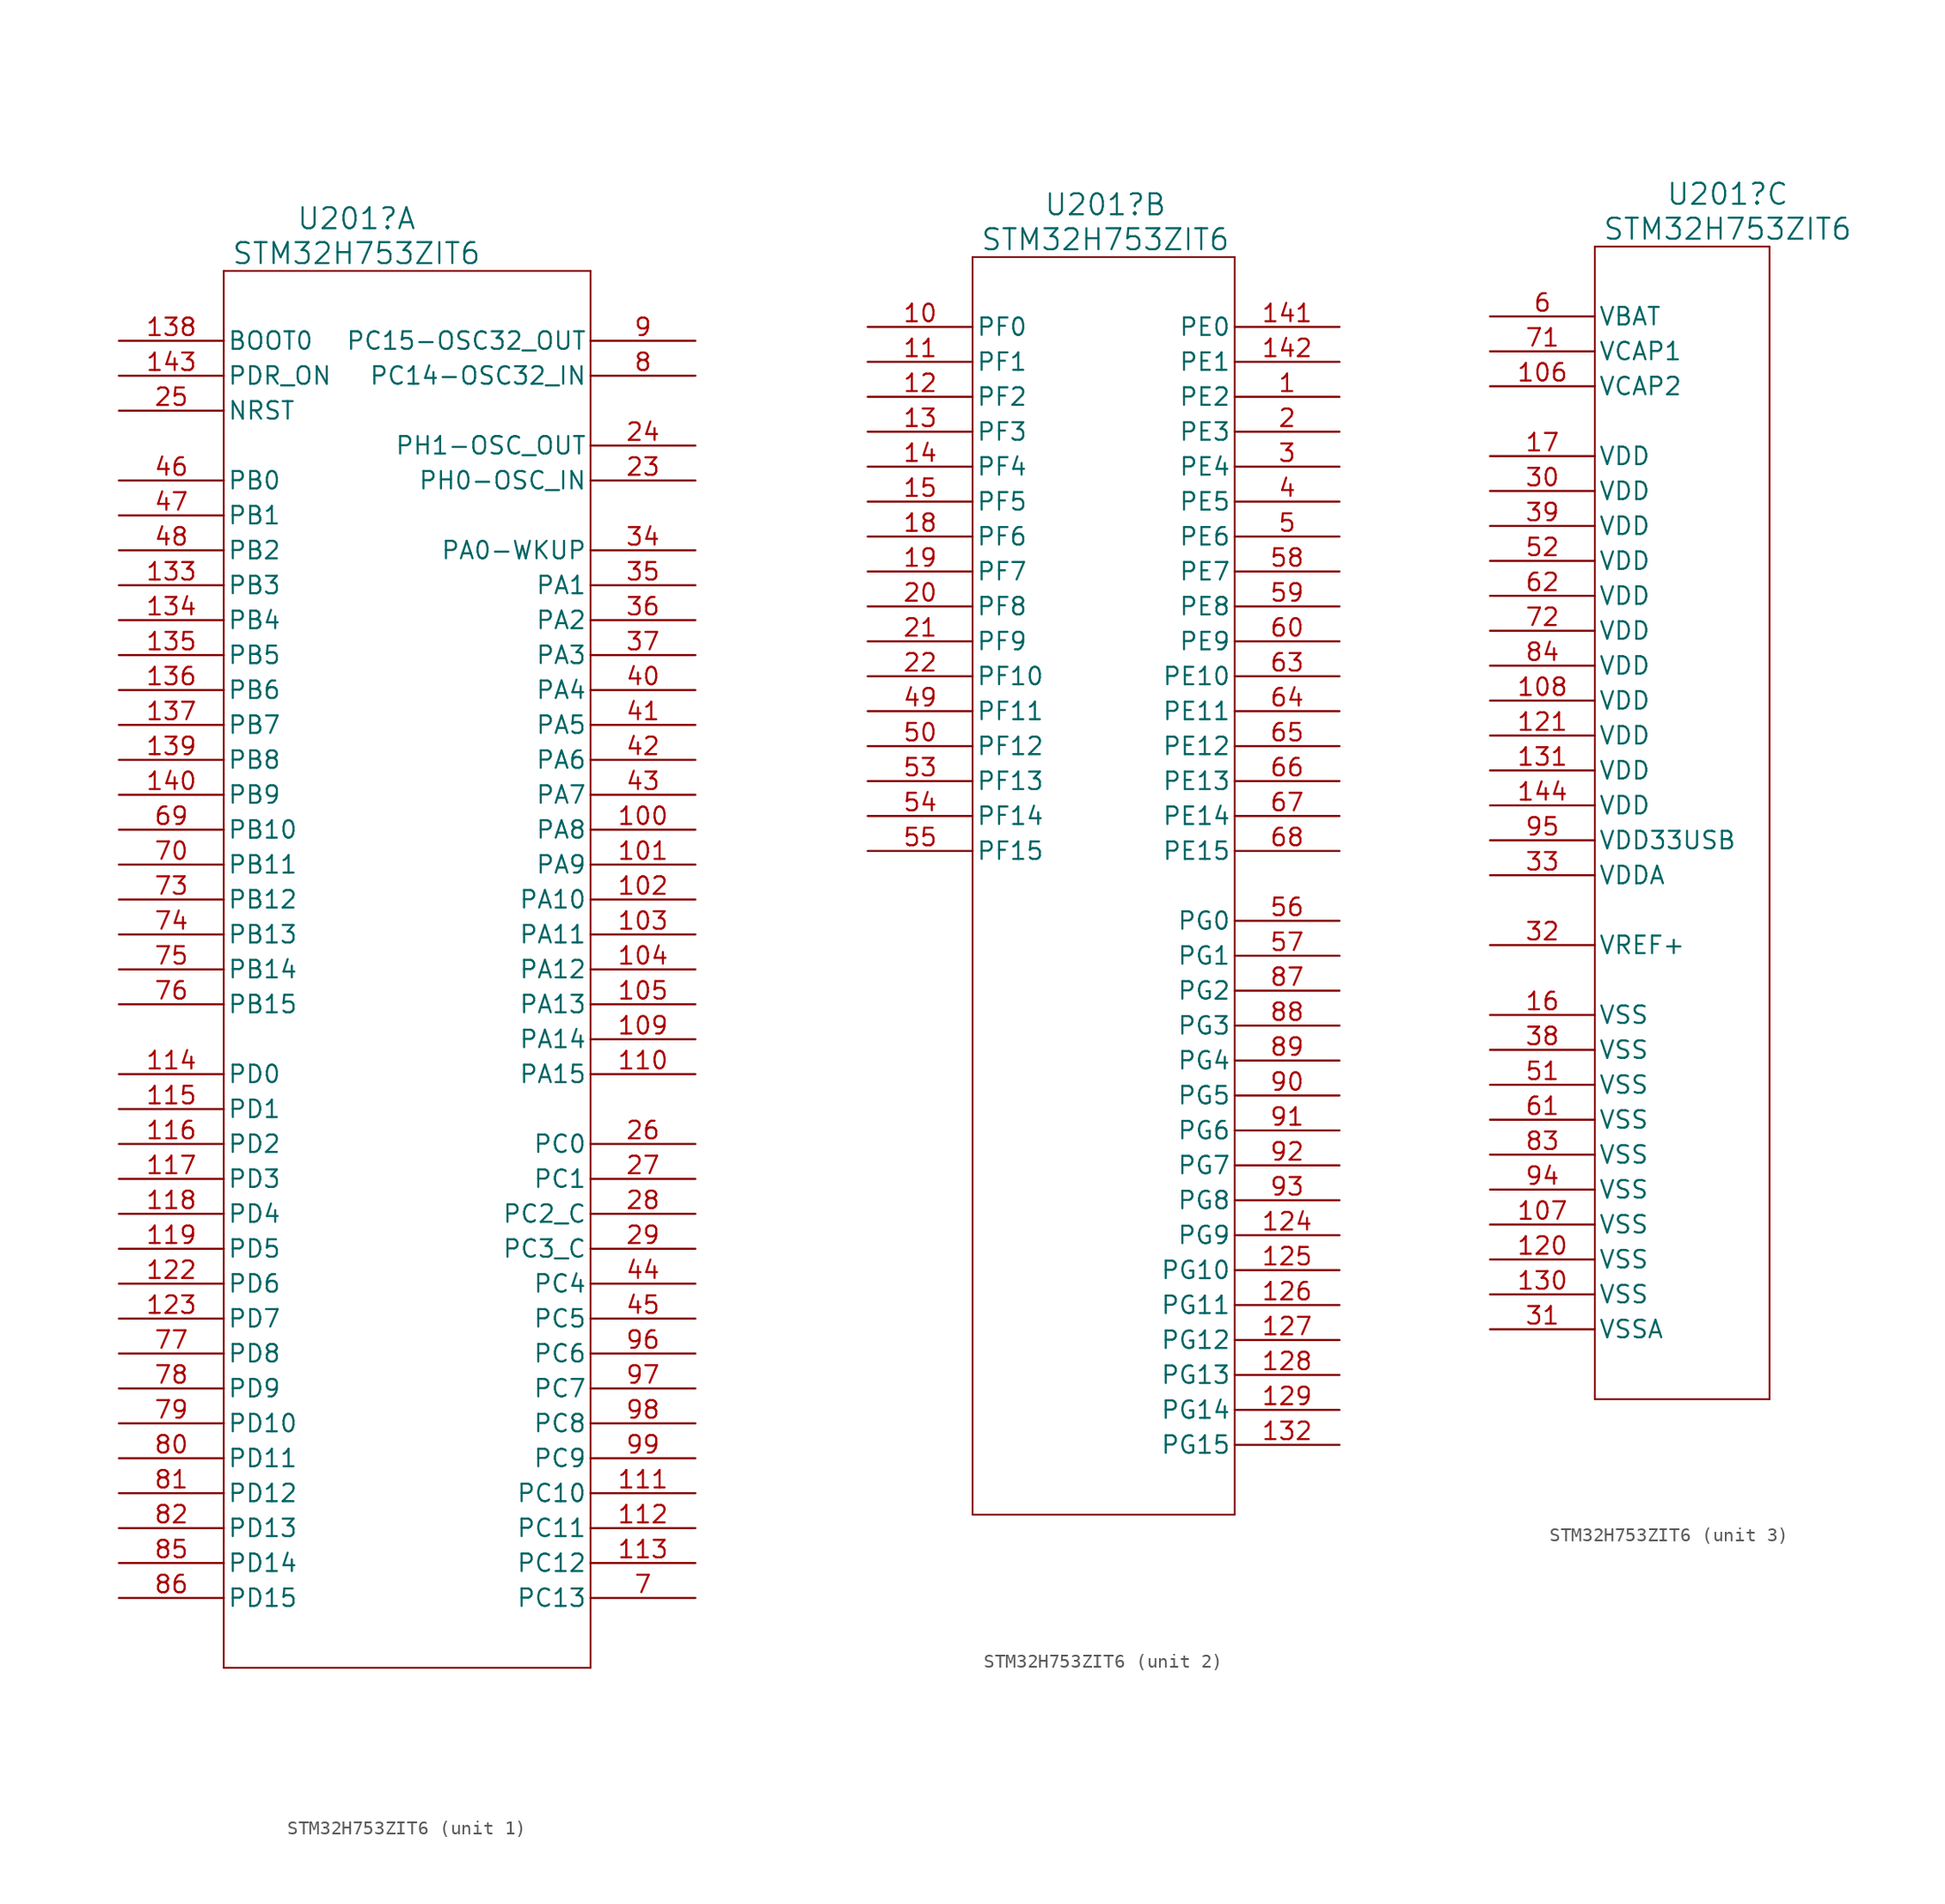
<source format=kicad_sym>
(kicad_symbol_lib
  (version 20241209)
  (generator "kicad_symbol_editor")
  (generator_version "9.0")
  (symbol "STM32H753ZIT6"
    (pin_names
      (offset 0.254))
    (property "Reference" "U201"
      (at 17.272 8.89 0)
      (effects (font (size 1.524 1.524))))
    (property "Value" "STM32H753ZIT6"
      (at 17.272 6.35 0)
      (effects (font (size 1.524 1.524))))
    (property "ki_locked" ""
      (at 0 0 0)
      (effects (font (size 1.27 1.27))))
    (symbol "STM32H753ZIT6_1_1"
      (polyline (pts (xy 7.62 5.08) (xy 7.62 -96.52)) (stroke (width 0.127) (type default)) (fill (type none)))
      (polyline (pts (xy 7.62 -96.52) (xy 34.29 -96.52)) (stroke (width 0.127) (type default)) (fill (type none)))
      (polyline (pts (xy 34.29 5.08) (xy 7.62 5.08)) (stroke (width 0.127) (type default)) (fill (type none)))
      (polyline (pts (xy 34.29 -96.52) (xy 34.29 5.08)) (stroke (width 0.127) (type default)) (fill (type none)))
      (pin input line (at 0 0 0) (length 7.62) (name "BOOT0" (effects (font (size 1.27 1.27)))) (number "138" (effects (font (size 1.27 1.27)))))
      (pin passive line (at 0 -2.54 0) (length 7.62) (name "PDR_ON" (effects (font (size 1.27 1.27)))) (number "143" (effects (font (size 1.27 1.27)))))
      (pin bidirectional line (at 0 -5.08 0) (length 7.62) (name "NRST" (effects (font (size 1.27 1.27)))) (number "25" (effects (font (size 1.27 1.27)))))
      (pin bidirectional line (at 0 -10.16 0) (length 7.62) (name "PB0" (effects (font (size 1.27 1.27)))) (number "46" (effects (font (size 1.27 1.27)))))
      (pin bidirectional line (at 0 -12.7 0) (length 7.62) (name "PB1" (effects (font (size 1.27 1.27)))) (number "47" (effects (font (size 1.27 1.27)))))
      (pin bidirectional line (at 0 -15.24 0) (length 7.62) (name "PB2" (effects (font (size 1.27 1.27)))) (number "48" (effects (font (size 1.27 1.27)))))
      (pin bidirectional line (at 0 -17.78 0) (length 7.62) (name "PB3" (effects (font (size 1.27 1.27)))) (number "133" (effects (font (size 1.27 1.27)))))
      (pin bidirectional line (at 0 -20.32 0) (length 7.62) (name "PB4" (effects (font (size 1.27 1.27)))) (number "134" (effects (font (size 1.27 1.27)))))
      (pin bidirectional line (at 0 -22.86 0) (length 7.62) (name "PB5" (effects (font (size 1.27 1.27)))) (number "135" (effects (font (size 1.27 1.27)))))
      (pin bidirectional line (at 0 -25.4 0) (length 7.62) (name "PB6" (effects (font (size 1.27 1.27)))) (number "136" (effects (font (size 1.27 1.27)))))
      (pin bidirectional line (at 0 -27.94 0) (length 7.62) (name "PB7" (effects (font (size 1.27 1.27)))) (number "137" (effects (font (size 1.27 1.27)))))
      (pin bidirectional line (at 0 -30.48 0) (length 7.62) (name "PB8" (effects (font (size 1.27 1.27)))) (number "139" (effects (font (size 1.27 1.27)))))
      (pin bidirectional line (at 0 -33.02 0) (length 7.62) (name "PB9" (effects (font (size 1.27 1.27)))) (number "140" (effects (font (size 1.27 1.27)))))
      (pin bidirectional line (at 0 -35.56 0) (length 7.62) (name "PB10" (effects (font (size 1.27 1.27)))) (number "69" (effects (font (size 1.27 1.27)))))
      (pin bidirectional line (at 0 -38.1 0) (length 7.62) (name "PB11" (effects (font (size 1.27 1.27)))) (number "70" (effects (font (size 1.27 1.27)))))
      (pin bidirectional line (at 0 -40.64 0) (length 7.62) (name "PB12" (effects (font (size 1.27 1.27)))) (number "73" (effects (font (size 1.27 1.27)))))
      (pin bidirectional line (at 0 -43.18 0) (length 7.62) (name "PB13" (effects (font (size 1.27 1.27)))) (number "74" (effects (font (size 1.27 1.27)))))
      (pin bidirectional line (at 0 -45.72 0) (length 7.62) (name "PB14" (effects (font (size 1.27 1.27)))) (number "75" (effects (font (size 1.27 1.27)))))
      (pin bidirectional line (at 0 -48.26 0) (length 7.62) (name "PB15" (effects (font (size 1.27 1.27)))) (number "76" (effects (font (size 1.27 1.27)))))
      (pin bidirectional line (at 0 -53.34 0) (length 7.62) (name "PD0" (effects (font (size 1.27 1.27)))) (number "114" (effects (font (size 1.27 1.27)))))
      (pin bidirectional line (at 0 -55.88 0) (length 7.62) (name "PD1" (effects (font (size 1.27 1.27)))) (number "115" (effects (font (size 1.27 1.27)))))
      (pin bidirectional line (at 0 -58.42 0) (length 7.62) (name "PD2" (effects (font (size 1.27 1.27)))) (number "116" (effects (font (size 1.27 1.27)))))
      (pin bidirectional line (at 0 -60.96 0) (length 7.62) (name "PD3" (effects (font (size 1.27 1.27)))) (number "117" (effects (font (size 1.27 1.27)))))
      (pin bidirectional line (at 0 -63.5 0) (length 7.62) (name "PD4" (effects (font (size 1.27 1.27)))) (number "118" (effects (font (size 1.27 1.27)))))
      (pin bidirectional line (at 0 -66.04 0) (length 7.62) (name "PD5" (effects (font (size 1.27 1.27)))) (number "119" (effects (font (size 1.27 1.27)))))
      (pin bidirectional line (at 0 -68.58 0) (length 7.62) (name "PD6" (effects (font (size 1.27 1.27)))) (number "122" (effects (font (size 1.27 1.27)))))
      (pin bidirectional line (at 0 -71.12 0) (length 7.62) (name "PD7" (effects (font (size 1.27 1.27)))) (number "123" (effects (font (size 1.27 1.27)))))
      (pin bidirectional line (at 0 -73.66 0) (length 7.62) (name "PD8" (effects (font (size 1.27 1.27)))) (number "77" (effects (font (size 1.27 1.27)))))
      (pin bidirectional line (at 0 -76.2 0) (length 7.62) (name "PD9" (effects (font (size 1.27 1.27)))) (number "78" (effects (font (size 1.27 1.27)))))
      (pin bidirectional line (at 0 -78.74 0) (length 7.62) (name "PD10" (effects (font (size 1.27 1.27)))) (number "79" (effects (font (size 1.27 1.27)))))
      (pin bidirectional line (at 0 -81.28 0) (length 7.62) (name "PD11" (effects (font (size 1.27 1.27)))) (number "80" (effects (font (size 1.27 1.27)))))
      (pin bidirectional line (at 0 -83.82 0) (length 7.62) (name "PD12" (effects (font (size 1.27 1.27)))) (number "81" (effects (font (size 1.27 1.27)))))
      (pin bidirectional line (at 0 -86.36 0) (length 7.62) (name "PD13" (effects (font (size 1.27 1.27)))) (number "82" (effects (font (size 1.27 1.27)))))
      (pin bidirectional line (at 0 -88.9 0) (length 7.62) (name "PD14" (effects (font (size 1.27 1.27)))) (number "85" (effects (font (size 1.27 1.27)))))
      (pin bidirectional line (at 0 -91.44 0) (length 7.62) (name "PD15" (effects (font (size 1.27 1.27)))) (number "86" (effects (font (size 1.27 1.27)))))
      (pin bidirectional line (at 41.91 0 180) (length 7.62) (name "PC15-OSC32_OUT" (effects (font (size 1.27 1.27)))) (number "9" (effects (font (size 1.27 1.27)))))
      (pin input line (at 41.91 -2.54 180) (length 7.62) (name "PC14-OSC32_IN" (effects (font (size 1.27 1.27)))) (number "8" (effects (font (size 1.27 1.27)))))
      (pin bidirectional line (at 41.91 -7.62 180) (length 7.62) (name "PH1-OSC_OUT" (effects (font (size 1.27 1.27)))) (number "24" (effects (font (size 1.27 1.27)))))
      (pin input line (at 41.91 -10.16 180) (length 7.62) (name "PH0-OSC_IN" (effects (font (size 1.27 1.27)))) (number "23" (effects (font (size 1.27 1.27)))))
      (pin bidirectional line (at 41.91 -15.24 180) (length 7.62) (name "PA0-WKUP" (effects (font (size 1.27 1.27)))) (number "34" (effects (font (size 1.27 1.27)))))
      (pin bidirectional line (at 41.91 -17.78 180) (length 7.62) (name "PA1" (effects (font (size 1.27 1.27)))) (number "35" (effects (font (size 1.27 1.27)))))
      (pin bidirectional line (at 41.91 -20.32 180) (length 7.62) (name "PA2" (effects (font (size 1.27 1.27)))) (number "36" (effects (font (size 1.27 1.27)))))
      (pin bidirectional line (at 41.91 -22.86 180) (length 7.62) (name "PA3" (effects (font (size 1.27 1.27)))) (number "37" (effects (font (size 1.27 1.27)))))
      (pin bidirectional line (at 41.91 -25.4 180) (length 7.62) (name "PA4" (effects (font (size 1.27 1.27)))) (number "40" (effects (font (size 1.27 1.27)))))
      (pin bidirectional line (at 41.91 -27.94 180) (length 7.62) (name "PA5" (effects (font (size 1.27 1.27)))) (number "41" (effects (font (size 1.27 1.27)))))
      (pin bidirectional line (at 41.91 -30.48 180) (length 7.62) (name "PA6" (effects (font (size 1.27 1.27)))) (number "42" (effects (font (size 1.27 1.27)))))
      (pin bidirectional line (at 41.91 -33.02 180) (length 7.62) (name "PA7" (effects (font (size 1.27 1.27)))) (number "43" (effects (font (size 1.27 1.27)))))
      (pin bidirectional line (at 41.91 -35.56 180) (length 7.62) (name "PA8" (effects (font (size 1.27 1.27)))) (number "100" (effects (font (size 1.27 1.27)))))
      (pin bidirectional line (at 41.91 -38.1 180) (length 7.62) (name "PA9" (effects (font (size 1.27 1.27)))) (number "101" (effects (font (size 1.27 1.27)))))
      (pin bidirectional line (at 41.91 -40.64 180) (length 7.62) (name "PA10" (effects (font (size 1.27 1.27)))) (number "102" (effects (font (size 1.27 1.27)))))
      (pin bidirectional line (at 41.91 -43.18 180) (length 7.62) (name "PA11" (effects (font (size 1.27 1.27)))) (number "103" (effects (font (size 1.27 1.27)))))
      (pin bidirectional line (at 41.91 -45.72 180) (length 7.62) (name "PA12" (effects (font (size 1.27 1.27)))) (number "104" (effects (font (size 1.27 1.27)))))
      (pin bidirectional line (at 41.91 -48.26 180) (length 7.62) (name "PA13" (effects (font (size 1.27 1.27)))) (number "105" (effects (font (size 1.27 1.27)))))
      (pin bidirectional line (at 41.91 -50.8 180) (length 7.62) (name "PA14" (effects (font (size 1.27 1.27)))) (number "109" (effects (font (size 1.27 1.27)))))
      (pin bidirectional line (at 41.91 -53.34 180) (length 7.62) (name "PA15" (effects (font (size 1.27 1.27)))) (number "110" (effects (font (size 1.27 1.27)))))
      (pin bidirectional line (at 41.91 -58.42 180) (length 7.62) (name "PC0" (effects (font (size 1.27 1.27)))) (number "26" (effects (font (size 1.27 1.27)))))
      (pin bidirectional line (at 41.91 -60.96 180) (length 7.62) (name "PC1" (effects (font (size 1.27 1.27)))) (number "27" (effects (font (size 1.27 1.27)))))
      (pin bidirectional line (at 41.91 -63.5 180) (length 7.62) (name "PC2_C" (effects (font (size 1.27 1.27)))) (number "28" (effects (font (size 1.27 1.27)))))
      (pin bidirectional line (at 41.91 -66.04 180) (length 7.62) (name "PC3_C" (effects (font (size 1.27 1.27)))) (number "29" (effects (font (size 1.27 1.27)))))
      (pin bidirectional line (at 41.91 -68.58 180) (length 7.62) (name "PC4" (effects (font (size 1.27 1.27)))) (number "44" (effects (font (size 1.27 1.27)))))
      (pin bidirectional line (at 41.91 -71.12 180) (length 7.62) (name "PC5" (effects (font (size 1.27 1.27)))) (number "45" (effects (font (size 1.27 1.27)))))
      (pin bidirectional line (at 41.91 -73.66 180) (length 7.62) (name "PC6" (effects (font (size 1.27 1.27)))) (number "96" (effects (font (size 1.27 1.27)))))
      (pin bidirectional line (at 41.91 -76.2 180) (length 7.62) (name "PC7" (effects (font (size 1.27 1.27)))) (number "97" (effects (font (size 1.27 1.27)))))
      (pin bidirectional line (at 41.91 -78.74 180) (length 7.62) (name "PC8" (effects (font (size 1.27 1.27)))) (number "98" (effects (font (size 1.27 1.27)))))
      (pin bidirectional line (at 41.91 -81.28 180) (length 7.62) (name "PC9" (effects (font (size 1.27 1.27)))) (number "99" (effects (font (size 1.27 1.27)))))
      (pin bidirectional line (at 41.91 -83.82 180) (length 7.62) (name "PC10" (effects (font (size 1.27 1.27)))) (number "111" (effects (font (size 1.27 1.27)))))
      (pin bidirectional line (at 41.91 -86.36 180) (length 7.62) (name "PC11" (effects (font (size 1.27 1.27)))) (number "112" (effects (font (size 1.27 1.27)))))
      (pin bidirectional line (at 41.91 -88.9 180) (length 7.62) (name "PC12" (effects (font (size 1.27 1.27)))) (number "113" (effects (font (size 1.27 1.27)))))
      (pin bidirectional line (at 41.91 -91.44 180) (length 7.62) (name "PC13" (effects (font (size 1.27 1.27)))) (number "7" (effects (font (size 1.27 1.27))))))
    (symbol "STM32H753ZIT6_2_1"
      (polyline (pts (xy 7.62 5.08) (xy 7.62 -86.36)) (stroke (width 0.127) (type default)) (fill (type none)))
      (polyline (pts (xy 7.62 -86.36) (xy 26.67 -86.36)) (stroke (width 0.127) (type default)) (fill (type none)))
      (polyline (pts (xy 26.67 5.08) (xy 7.62 5.08)) (stroke (width 0.127) (type default)) (fill (type none)))
      (polyline (pts (xy 26.67 -86.36) (xy 26.67 5.08)) (stroke (width 0.127) (type default)) (fill (type none)))
      (pin bidirectional line (at 0 0 0) (length 7.62) (name "PF0" (effects (font (size 1.27 1.27)))) (number "10" (effects (font (size 1.27 1.27)))))
      (pin bidirectional line (at 0 -2.54 0) (length 7.62) (name "PF1" (effects (font (size 1.27 1.27)))) (number "11" (effects (font (size 1.27 1.27)))))
      (pin bidirectional line (at 0 -5.08 0) (length 7.62) (name "PF2" (effects (font (size 1.27 1.27)))) (number "12" (effects (font (size 1.27 1.27)))))
      (pin bidirectional line (at 0 -7.62 0) (length 7.62) (name "PF3" (effects (font (size 1.27 1.27)))) (number "13" (effects (font (size 1.27 1.27)))))
      (pin bidirectional line (at 0 -10.16 0) (length 7.62) (name "PF4" (effects (font (size 1.27 1.27)))) (number "14" (effects (font (size 1.27 1.27)))))
      (pin bidirectional line (at 0 -12.7 0) (length 7.62) (name "PF5" (effects (font (size 1.27 1.27)))) (number "15" (effects (font (size 1.27 1.27)))))
      (pin bidirectional line (at 0 -15.24 0) (length 7.62) (name "PF6" (effects (font (size 1.27 1.27)))) (number "18" (effects (font (size 1.27 1.27)))))
      (pin bidirectional line (at 0 -17.78 0) (length 7.62) (name "PF7" (effects (font (size 1.27 1.27)))) (number "19" (effects (font (size 1.27 1.27)))))
      (pin bidirectional line (at 0 -20.32 0) (length 7.62) (name "PF8" (effects (font (size 1.27 1.27)))) (number "20" (effects (font (size 1.27 1.27)))))
      (pin bidirectional line (at 0 -22.86 0) (length 7.62) (name "PF9" (effects (font (size 1.27 1.27)))) (number "21" (effects (font (size 1.27 1.27)))))
      (pin bidirectional line (at 0 -25.4 0) (length 7.62) (name "PF10" (effects (font (size 1.27 1.27)))) (number "22" (effects (font (size 1.27 1.27)))))
      (pin bidirectional line (at 0 -27.94 0) (length 7.62) (name "PF11" (effects (font (size 1.27 1.27)))) (number "49" (effects (font (size 1.27 1.27)))))
      (pin bidirectional line (at 0 -30.48 0) (length 7.62) (name "PF12" (effects (font (size 1.27 1.27)))) (number "50" (effects (font (size 1.27 1.27)))))
      (pin bidirectional line (at 0 -33.02 0) (length 7.62) (name "PF13" (effects (font (size 1.27 1.27)))) (number "53" (effects (font (size 1.27 1.27)))))
      (pin bidirectional line (at 0 -35.56 0) (length 7.62) (name "PF14" (effects (font (size 1.27 1.27)))) (number "54" (effects (font (size 1.27 1.27)))))
      (pin bidirectional line (at 0 -38.1 0) (length 7.62) (name "PF15" (effects (font (size 1.27 1.27)))) (number "55" (effects (font (size 1.27 1.27)))))
      (pin bidirectional line (at 34.29 0 180) (length 7.62) (name "PE0" (effects (font (size 1.27 1.27)))) (number "141" (effects (font (size 1.27 1.27)))))
      (pin bidirectional line (at 34.29 -2.54 180) (length 7.62) (name "PE1" (effects (font (size 1.27 1.27)))) (number "142" (effects (font (size 1.27 1.27)))))
      (pin bidirectional line (at 34.29 -5.08 180) (length 7.62) (name "PE2" (effects (font (size 1.27 1.27)))) (number "1" (effects (font (size 1.27 1.27)))))
      (pin bidirectional line (at 34.29 -7.62 180) (length 7.62) (name "PE3" (effects (font (size 1.27 1.27)))) (number "2" (effects (font (size 1.27 1.27)))))
      (pin bidirectional line (at 34.29 -10.16 180) (length 7.62) (name "PE4" (effects (font (size 1.27 1.27)))) (number "3" (effects (font (size 1.27 1.27)))))
      (pin bidirectional line (at 34.29 -12.7 180) (length 7.62) (name "PE5" (effects (font (size 1.27 1.27)))) (number "4" (effects (font (size 1.27 1.27)))))
      (pin bidirectional line (at 34.29 -15.24 180) (length 7.62) (name "PE6" (effects (font (size 1.27 1.27)))) (number "5" (effects (font (size 1.27 1.27)))))
      (pin bidirectional line (at 34.29 -17.78 180) (length 7.62) (name "PE7" (effects (font (size 1.27 1.27)))) (number "58" (effects (font (size 1.27 1.27)))))
      (pin bidirectional line (at 34.29 -20.32 180) (length 7.62) (name "PE8" (effects (font (size 1.27 1.27)))) (number "59" (effects (font (size 1.27 1.27)))))
      (pin bidirectional line (at 34.29 -22.86 180) (length 7.62) (name "PE9" (effects (font (size 1.27 1.27)))) (number "60" (effects (font (size 1.27 1.27)))))
      (pin bidirectional line (at 34.29 -25.4 180) (length 7.62) (name "PE10" (effects (font (size 1.27 1.27)))) (number "63" (effects (font (size 1.27 1.27)))))
      (pin bidirectional line (at 34.29 -27.94 180) (length 7.62) (name "PE11" (effects (font (size 1.27 1.27)))) (number "64" (effects (font (size 1.27 1.27)))))
      (pin bidirectional line (at 34.29 -30.48 180) (length 7.62) (name "PE12" (effects (font (size 1.27 1.27)))) (number "65" (effects (font (size 1.27 1.27)))))
      (pin bidirectional line (at 34.29 -33.02 180) (length 7.62) (name "PE13" (effects (font (size 1.27 1.27)))) (number "66" (effects (font (size 1.27 1.27)))))
      (pin bidirectional line (at 34.29 -35.56 180) (length 7.62) (name "PE14" (effects (font (size 1.27 1.27)))) (number "67" (effects (font (size 1.27 1.27)))))
      (pin bidirectional line (at 34.29 -38.1 180) (length 7.62) (name "PE15" (effects (font (size 1.27 1.27)))) (number "68" (effects (font (size 1.27 1.27)))))
      (pin bidirectional line (at 34.29 -43.18 180) (length 7.62) (name "PG0" (effects (font (size 1.27 1.27)))) (number "56" (effects (font (size 1.27 1.27)))))
      (pin bidirectional line (at 34.29 -45.72 180) (length 7.62) (name "PG1" (effects (font (size 1.27 1.27)))) (number "57" (effects (font (size 1.27 1.27)))))
      (pin bidirectional line (at 34.29 -48.26 180) (length 7.62) (name "PG2" (effects (font (size 1.27 1.27)))) (number "87" (effects (font (size 1.27 1.27)))))
      (pin bidirectional line (at 34.29 -50.8 180) (length 7.62) (name "PG3" (effects (font (size 1.27 1.27)))) (number "88" (effects (font (size 1.27 1.27)))))
      (pin bidirectional line (at 34.29 -53.34 180) (length 7.62) (name "PG4" (effects (font (size 1.27 1.27)))) (number "89" (effects (font (size 1.27 1.27)))))
      (pin bidirectional line (at 34.29 -55.88 180) (length 7.62) (name "PG5" (effects (font (size 1.27 1.27)))) (number "90" (effects (font (size 1.27 1.27)))))
      (pin bidirectional line (at 34.29 -58.42 180) (length 7.62) (name "PG6" (effects (font (size 1.27 1.27)))) (number "91" (effects (font (size 1.27 1.27)))))
      (pin bidirectional line (at 34.29 -60.96 180) (length 7.62) (name "PG7" (effects (font (size 1.27 1.27)))) (number "92" (effects (font (size 1.27 1.27)))))
      (pin bidirectional line (at 34.29 -63.5 180) (length 7.62) (name "PG8" (effects (font (size 1.27 1.27)))) (number "93" (effects (font (size 1.27 1.27)))))
      (pin bidirectional line (at 34.29 -66.04 180) (length 7.62) (name "PG9" (effects (font (size 1.27 1.27)))) (number "124" (effects (font (size 1.27 1.27)))))
      (pin bidirectional line (at 34.29 -68.58 180) (length 7.62) (name "PG10" (effects (font (size 1.27 1.27)))) (number "125" (effects (font (size 1.27 1.27)))))
      (pin bidirectional line (at 34.29 -71.12 180) (length 7.62) (name "PG11" (effects (font (size 1.27 1.27)))) (number "126" (effects (font (size 1.27 1.27)))))
      (pin bidirectional line (at 34.29 -73.66 180) (length 7.62) (name "PG12" (effects (font (size 1.27 1.27)))) (number "127" (effects (font (size 1.27 1.27)))))
      (pin bidirectional line (at 34.29 -76.2 180) (length 7.62) (name "PG13" (effects (font (size 1.27 1.27)))) (number "128" (effects (font (size 1.27 1.27)))))
      (pin bidirectional line (at 34.29 -78.74 180) (length 7.62) (name "PG14" (effects (font (size 1.27 1.27)))) (number "129" (effects (font (size 1.27 1.27)))))
      (pin bidirectional line (at 34.29 -81.28 180) (length 7.62) (name "PG15" (effects (font (size 1.27 1.27)))) (number "132" (effects (font (size 1.27 1.27))))))
    (symbol "STM32H753ZIT6_3_1"
      (polyline (pts (xy 7.62 5.08) (xy 7.62 -78.74)) (stroke (width 0.127) (type default)) (fill (type none)))
      (polyline (pts (xy 7.62 -78.74) (xy 20.32 -78.74)) (stroke (width 0.127) (type default)) (fill (type none)))
      (polyline (pts (xy 20.32 5.08) (xy 7.62 5.08)) (stroke (width 0.127) (type default)) (fill (type none)))
      (polyline (pts (xy 20.32 -78.74) (xy 20.32 5.08)) (stroke (width 0.127) (type default)) (fill (type none)))
      (pin power_in line (at 0 0 0) (length 7.62) (name "VBAT" (effects (font (size 1.27 1.27)))) (number "6" (effects (font (size 1.27 1.27)))))
      (pin power_out line (at 0 -2.54 0) (length 7.62) (name "VCAP1" (effects (font (size 1.27 1.27)))) (number "71" (effects (font (size 1.27 1.27)))))
      (pin power_out line (at 0 -5.08 0) (length 7.62) (name "VCAP2" (effects (font (size 1.27 1.27)))) (number "106" (effects (font (size 1.27 1.27)))))
      (pin power_in line (at 0 -10.16 0) (length 7.62) (name "VDD" (effects (font (size 1.27 1.27)))) (number "17" (effects (font (size 1.27 1.27)))))
      (pin power_in line (at 0 -12.7 0) (length 7.62) (name "VDD" (effects (font (size 1.27 1.27)))) (number "30" (effects (font (size 1.27 1.27)))))
      (pin power_in line (at 0 -15.24 0) (length 7.62) (name "VDD" (effects (font (size 1.27 1.27)))) (number "39" (effects (font (size 1.27 1.27)))))
      (pin power_in line (at 0 -17.78 0) (length 7.62) (name "VDD" (effects (font (size 1.27 1.27)))) (number "52" (effects (font (size 1.27 1.27)))))
      (pin power_in line (at 0 -20.32 0) (length 7.62) (name "VDD" (effects (font (size 1.27 1.27)))) (number "62" (effects (font (size 1.27 1.27)))))
      (pin power_in line (at 0 -22.86 0) (length 7.62) (name "VDD" (effects (font (size 1.27 1.27)))) (number "72" (effects (font (size 1.27 1.27)))))
      (pin power_in line (at 0 -25.4 0) (length 7.62) (name "VDD" (effects (font (size 1.27 1.27)))) (number "84" (effects (font (size 1.27 1.27)))))
      (pin power_in line (at 0 -27.94 0) (length 7.62) (name "VDD" (effects (font (size 1.27 1.27)))) (number "108" (effects (font (size 1.27 1.27)))))
      (pin power_in line (at 0 -30.48 0) (length 7.62) (name "VDD" (effects (font (size 1.27 1.27)))) (number "121" (effects (font (size 1.27 1.27)))))
      (pin power_in line (at 0 -33.02 0) (length 7.62) (name "VDD" (effects (font (size 1.27 1.27)))) (number "131" (effects (font (size 1.27 1.27)))))
      (pin power_in line (at 0 -35.56 0) (length 7.62) (name "VDD" (effects (font (size 1.27 1.27)))) (number "144" (effects (font (size 1.27 1.27)))))
      (pin power_in line (at 0 -38.1 0) (length 7.62) (name "VDD33USB" (effects (font (size 1.27 1.27)))) (number "95" (effects (font (size 1.27 1.27)))))
      (pin power_in line (at 0 -40.64 0) (length 7.62) (name "VDDA" (effects (font (size 1.27 1.27)))) (number "33" (effects (font (size 1.27 1.27)))))
      (pin power_out line (at 0 -45.72 0) (length 7.62) (name "VREF+" (effects (font (size 1.27 1.27)))) (number "32" (effects (font (size 1.27 1.27)))))
      (pin power_in line (at 0 -50.8 0) (length 7.62) (name "VSS" (effects (font (size 1.27 1.27)))) (number "16" (effects (font (size 1.27 1.27)))))
      (pin power_in line (at 0 -53.34 0) (length 7.62) (name "VSS" (effects (font (size 1.27 1.27)))) (number "38" (effects (font (size 1.27 1.27)))))
      (pin power_in line (at 0 -55.88 0) (length 7.62) (name "VSS" (effects (font (size 1.27 1.27)))) (number "51" (effects (font (size 1.27 1.27)))))
      (pin power_in line (at 0 -58.42 0) (length 7.62) (name "VSS" (effects (font (size 1.27 1.27)))) (number "61" (effects (font (size 1.27 1.27)))))
      (pin power_in line (at 0 -60.96 0) (length 7.62) (name "VSS" (effects (font (size 1.27 1.27)))) (number "83" (effects (font (size 1.27 1.27)))))
      (pin power_in line (at 0 -63.5 0) (length 7.62) (name "VSS" (effects (font (size 1.27 1.27)))) (number "94" (effects (font (size 1.27 1.27)))))
      (pin power_in line (at 0 -66.04 0) (length 7.62) (name "VSS" (effects (font (size 1.27 1.27)))) (number "107" (effects (font (size 1.27 1.27)))))
      (pin power_in line (at 0 -68.58 0) (length 7.62) (name "VSS" (effects (font (size 1.27 1.27)))) (number "120" (effects (font (size 1.27 1.27)))))
      (pin power_in line (at 0 -71.12 0) (length 7.62) (name "VSS" (effects (font (size 1.27 1.27)))) (number "130" (effects (font (size 1.27 1.27)))))
      (pin power_in line (at 0 -73.66 0) (length 7.62) (name "VSSA" (effects (font (size 1.27 1.27)))) (number "31" (effects (font (size 1.27 1.27))))))))
</source>
